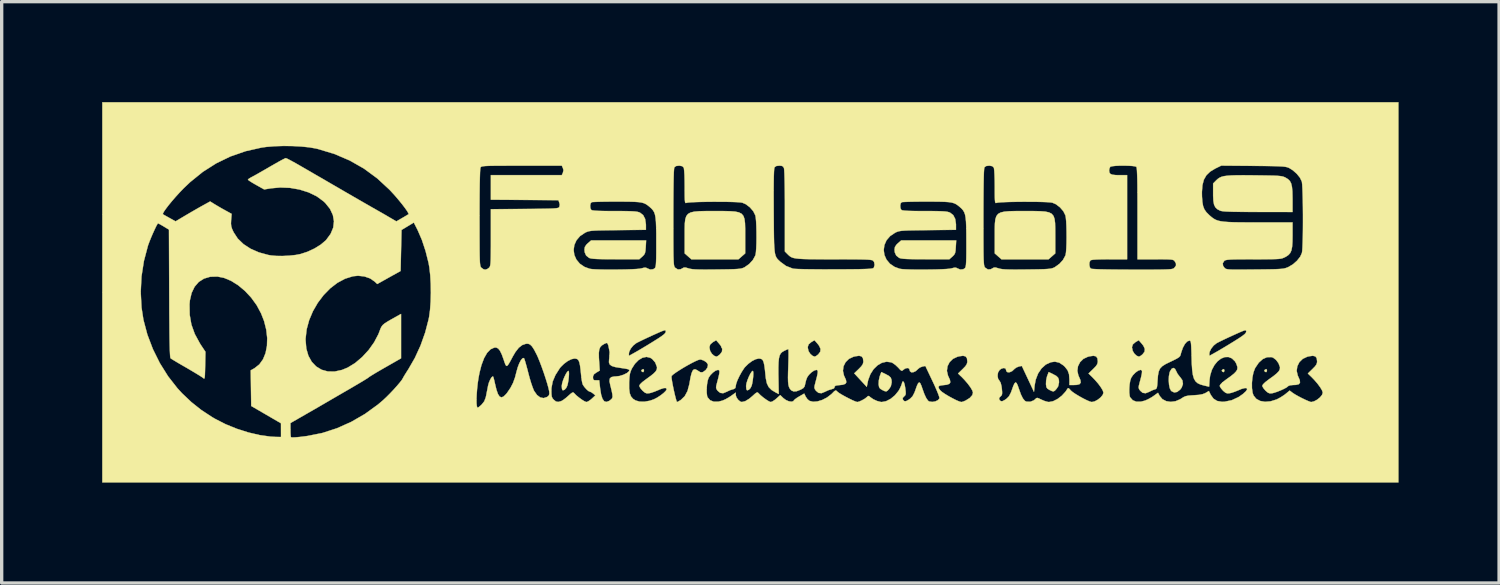
<source format=kicad_pcb>
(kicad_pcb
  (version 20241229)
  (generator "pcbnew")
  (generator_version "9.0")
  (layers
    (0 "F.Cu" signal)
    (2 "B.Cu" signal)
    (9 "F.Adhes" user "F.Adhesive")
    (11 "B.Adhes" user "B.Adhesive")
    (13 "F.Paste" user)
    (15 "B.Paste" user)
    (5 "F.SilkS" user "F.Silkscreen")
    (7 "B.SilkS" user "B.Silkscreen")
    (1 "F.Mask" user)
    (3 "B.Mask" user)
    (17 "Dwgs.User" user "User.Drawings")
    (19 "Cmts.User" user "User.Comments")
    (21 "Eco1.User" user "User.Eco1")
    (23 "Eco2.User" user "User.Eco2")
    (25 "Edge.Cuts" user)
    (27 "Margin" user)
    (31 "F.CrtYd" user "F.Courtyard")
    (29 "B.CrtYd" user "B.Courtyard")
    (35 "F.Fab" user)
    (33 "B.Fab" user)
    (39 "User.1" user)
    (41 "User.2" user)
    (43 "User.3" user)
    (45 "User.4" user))
  (footprint "Fablab19-40x12"
    (layer "F.Cu")
    (at 19.337 5.678)
    (property "Reference" "Fablab19-40x12" (at 11.43 5.08 0) (layer "F.SilkS") (effects (font (size 0.2 0.2) (thickness 0.05))))
    (attr through_hole)
    (fp_poly (pts (xy -3.163 2.317) (xy -3.165 2.354) (xy -3.187 2.382) (xy -3.217 2.371) (xy -3.244 2.341) (xy -3.225 2.31) (xy -3.184 2.29) (xy -3.163 2.317)) (stroke (width 0.01) (type solid)) (fill yes) (layer "F.SilkS"))
    (fp_poly (pts (xy 14.165 2.317) (xy 14.163 2.354) (xy 14.142 2.382) (xy 14.111 2.371) (xy 14.085 2.341) (xy 14.104 2.31) (xy 14.145 2.29) (xy 14.165 2.317)) (stroke (width 0.01) (type solid)) (fill yes) (layer "F.SilkS"))
    (fp_poly (pts (xy 15.435 2.317) (xy 15.433 2.354) (xy 15.412 2.382) (xy 15.381 2.371) (xy 15.355 2.341) (xy 15.374 2.31) (xy 15.415 2.29) (xy 15.435 2.317)) (stroke (width 0.01) (type solid)) (fill yes) (layer "F.SilkS"))
    (fp_poly (pts (xy 4.054 2.442) (xy 4.15 2.494) (xy 4.205 2.546) (xy 4.228 2.612) (xy 4.233 2.686) (xy 4.208 2.803) (xy 4.16 2.877) (xy 4.109 2.935) (xy 4.07 2.957) (xy 4.023 2.948) (xy 3.951 2.914) (xy 3.888 2.875) (xy 3.857 2.829) (xy 3.844 2.752) (xy 3.843 2.739) (xy 3.849 2.629) (xy 3.873 2.516) (xy 3.879 2.497) (xy 3.924 2.379) (xy 4.054 2.442)) (stroke (width 0.01) (type solid)) (fill yes) (layer "F.SilkS"))
    (fp_poly (pts (xy 9.049 2.442) (xy 9.146 2.494) (xy 9.2 2.546) (xy 9.224 2.612) (xy 9.228 2.686) (xy 9.204 2.803) (xy 9.156 2.877) (xy 9.104 2.935) (xy 9.065 2.957) (xy 9.018 2.948) (xy 8.946 2.914) (xy 8.883 2.875) (xy 8.852 2.829) (xy 8.84 2.752) (xy 8.839 2.739) (xy 8.844 2.629) (xy 8.868 2.516) (xy 8.875 2.497) (xy 8.92 2.379) (xy 9.049 2.442)) (stroke (width 0.01) (type solid)) (fill yes) (layer "F.SilkS"))
    (fp_poly (pts (xy -5.404 2.368) (xy -5.401 2.434) (xy -5.406 2.526) (xy -5.418 2.629) (xy -5.436 2.729) (xy -5.452 2.787) (xy -5.486 2.857) (xy -5.533 2.907) (xy -5.579 2.924) (xy -5.598 2.915) (xy -5.61 2.878) (xy -5.616 2.808) (xy -5.616 2.788) (xy -5.605 2.716) (xy -5.577 2.623) (xy -5.537 2.525) (xy -5.493 2.435) (xy -5.451 2.369) (xy -5.418 2.343) (xy -5.417 2.342) (xy -5.404 2.368)) (stroke (width 0.01) (type solid)) (fill yes) (layer "F.SilkS"))
    (fp_poly (pts (xy 0.099 2.368) (xy 0.102 2.434) (xy 0.097 2.526) (xy 0.085 2.629) (xy 0.067 2.729) (xy 0.052 2.787) (xy 0.018 2.857) (xy -0.03 2.907) (xy -0.075 2.924) (xy -0.095 2.915) (xy -0.107 2.878) (xy -0.113 2.808) (xy -0.113 2.788) (xy -0.102 2.716) (xy -0.073 2.623) (xy -0.034 2.525) (xy 0.01 2.435) (xy 0.052 2.369) (xy 0.085 2.343) (xy 0.086 2.342) (xy 0.099 2.368)) (stroke (width 0.01) (type solid)) (fill yes) (layer "F.SilkS"))
    (fp_poly (pts (xy 12.691 2.283) (xy 12.727 2.352) (xy 12.769 2.435) (xy 12.831 2.516) (xy 12.842 2.527) (xy 12.912 2.626) (xy 12.928 2.735) (xy 12.889 2.844) (xy 12.844 2.904) (xy 12.754 2.973) (xy 12.667 2.988) (xy 12.587 2.949) (xy 12.571 2.933) (xy 12.535 2.862) (xy 12.513 2.755) (xy 12.504 2.629) (xy 12.509 2.502) (xy 12.53 2.392) (xy 12.541 2.362) (xy 12.589 2.283) (xy 12.642 2.256) (xy 12.691 2.283)) (stroke (width 0.01) (type solid)) (fill yes) (layer "F.SilkS"))
    (fp_poly (pts (xy -3.109 -1.351) (xy -3.118 -1.243) (xy -3.132 -1.173) (xy -3.159 -1.123) (xy -3.204 -1.076) (xy -3.212 -1.069) (xy -3.303 -0.988) (xy -4.015 -0.989) (xy -4.245 -0.99) (xy -4.426 -0.992) (xy -4.563 -0.996) (xy -4.664 -1.002) (xy -4.735 -1.011) (xy -4.782 -1.022) (xy -4.804 -1.032) (xy -4.889 -1.1) (xy -4.931 -1.196) (xy -4.939 -1.279) (xy -4.927 -1.355) (xy -4.884 -1.421) (xy -4.839 -1.465) (xy -4.739 -1.552) (xy -3.098 -1.552) (xy -3.109 -1.351)) (stroke (width 0.01) (type solid)) (fill yes) (layer "F.SilkS"))
    (fp_poly (pts (xy 6.147 -1.351) (xy 6.139 -1.243) (xy 6.125 -1.173) (xy 6.098 -1.123) (xy 6.053 -1.076) (xy 6.045 -1.069) (xy 5.954 -0.988) (xy 5.242 -0.989) (xy 5.011 -0.99) (xy 4.831 -0.992) (xy 4.693 -0.996) (xy 4.593 -1.002) (xy 4.522 -1.011) (xy 4.475 -1.022) (xy 4.453 -1.032) (xy 4.368 -1.1) (xy 4.325 -1.196) (xy 4.318 -1.279) (xy 4.33 -1.355) (xy 4.373 -1.421) (xy 4.418 -1.465) (xy 4.518 -1.552) (xy 6.159 -1.552) (xy 6.147 -1.351)) (stroke (width 0.01) (type solid)) (fill yes) (layer "F.SilkS"))
    (fp_poly (pts (xy -1.044 -2.427) (xy -0.795 -2.427) (xy -0.596 -2.423) (xy -0.442 -2.412) (xy -0.328 -2.387) (xy -0.247 -2.346) (xy -0.193 -2.281) (xy -0.162 -2.191) (xy -0.146 -2.068) (xy -0.141 -1.909) (xy -0.141 -1.71) (xy -0.141 -1.69) (xy -0.141 -1.163) (xy -0.341 -0.988) (xy -1.748 -0.988) (xy -1.947 -1.163) (xy -1.947 -1.69) (xy -1.947 -1.893) (xy -1.943 -2.056) (xy -1.929 -2.181) (xy -1.899 -2.275) (xy -1.847 -2.341) (xy -1.769 -2.385) (xy -1.658 -2.41) (xy -1.507 -2.423) (xy -1.313 -2.427) (xy -1.068 -2.427) (xy -1.044 -2.427)) (stroke (width 0.01) (type solid)) (fill yes) (layer "F.SilkS"))
    (fp_poly (pts (xy 8.213 -2.427) (xy 8.462 -2.427) (xy 8.661 -2.423) (xy 8.814 -2.412) (xy 8.929 -2.387) (xy 9.01 -2.346) (xy 9.064 -2.281) (xy 9.095 -2.191) (xy 9.111 -2.068) (xy 9.115 -1.909) (xy 9.116 -1.71) (xy 9.116 -1.69) (xy 9.116 -1.163) (xy 8.916 -0.988) (xy 7.509 -0.988) (xy 7.31 -1.163) (xy 7.31 -1.69) (xy 7.31 -1.893) (xy 7.314 -2.056) (xy 7.328 -2.181) (xy 7.358 -2.275) (xy 7.409 -2.341) (xy 7.488 -2.385) (xy 7.599 -2.41) (xy 7.749 -2.423) (xy 7.944 -2.427) (xy 8.189 -2.427) (xy 8.213 -2.427)) (stroke (width 0.01) (type solid)) (fill yes) (layer "F.SilkS"))
    (fp_poly (pts (xy 14.989 -3.495) (xy 15.065 -3.494) (xy 15.302 -3.491) (xy 15.49 -3.488) (xy 15.635 -3.485) (xy 15.744 -3.48) (xy 15.825 -3.473) (xy 15.885 -3.464) (xy 15.93 -3.452) (xy 15.967 -3.437) (xy 15.988 -3.427) (xy 16.064 -3.38) (xy 16.12 -3.325) (xy 16.158 -3.252) (xy 16.182 -3.152) (xy 16.195 -3.015) (xy 16.199 -2.834) (xy 16.2 -2.787) (xy 16.2 -2.399) (xy 15.162 -2.4) (xy 14.875 -2.401) (xy 14.639 -2.403) (xy 14.449 -2.405) (xy 14.301 -2.41) (xy 14.191 -2.415) (xy 14.112 -2.423) (xy 14.06 -2.432) (xy 14.038 -2.439) (xy 13.953 -2.484) (xy 13.895 -2.541) (xy 13.857 -2.619) (xy 13.837 -2.73) (xy 13.829 -2.883) (xy 13.829 -2.942) (xy 13.829 -3.251) (xy 13.922 -3.345) (xy 13.969 -3.388) (xy 14.019 -3.422) (xy 14.077 -3.449) (xy 14.152 -3.469) (xy 14.249 -3.482) (xy 14.375 -3.491) (xy 14.536 -3.496) (xy 14.738 -3.497) (xy 14.989 -3.495)) (stroke (width 0.01) (type solid)) (fill yes) (layer "F.SilkS"))
    (fp_poly (pts (xy 19.36 5.673) (xy -19.332 5.673) (xy -19.332 -0.008) (xy -18.186 -0.008) (xy -18.162 0.451) (xy -18.105 0.82) (xy -17.988 1.26) (xy -17.823 1.694) (xy -17.615 2.113) (xy -17.369 2.506) (xy -17.09 2.863) (xy -16.954 3.011) (xy -16.672 3.278) (xy -16.38 3.51) (xy -16.056 3.723) (xy -15.96 3.779) (xy -15.65 3.937) (xy -15.315 4.073) (xy -14.97 4.183) (xy -14.63 4.262) (xy -14.307 4.307) (xy -14.161 4.315) (xy -13.998 4.318) (xy -13.999 3.909) (xy -14.01 3.902) (xy -13.716 3.902) (xy -13.716 4.105) (xy -13.714 4.207) (xy -13.709 4.285) (xy -13.702 4.323) (xy -13.701 4.324) (xy -13.661 4.331) (xy -13.568 4.328) (xy -13.425 4.315) (xy -13.235 4.291) (xy -13.208 4.287) (xy -12.766 4.199) (xy -12.328 4.057) (xy -11.9 3.866) (xy -11.49 3.629) (xy -11.104 3.349) (xy -10.952 3.22) (xy -10.92 3.19) (xy -8.162 3.19) (xy -8.161 3.311) (xy -8.152 3.397) (xy -8.135 3.44) (xy -8.127 3.443) (xy -8.094 3.425) (xy -8.038 3.378) (xy -8.004 3.346) (xy -7.932 3.255) (xy -7.889 3.146) (xy -7.876 3.092) (xy -7.852 2.968) (xy -7.826 2.837) (xy -7.817 2.787) (xy -7.792 2.696) (xy -7.756 2.611) (xy -7.718 2.545) (xy -7.683 2.511) (xy -7.666 2.513) (xy -7.654 2.546) (xy -7.634 2.619) (xy -7.612 2.717) (xy -7.61 2.726) (xy -7.566 2.908) (xy -7.521 3.036) (xy -7.471 3.111) (xy -7.415 3.135) (xy -7.351 3.108) (xy -7.276 3.034) (xy -7.248 2.999) (xy -7.147 2.851) (xy -7.071 2.704) (xy -7.011 2.538) (xy -6.968 2.37) (xy -6.93 2.235) (xy -6.885 2.118) (xy -6.837 2.027) (xy -6.792 1.972) (xy -6.753 1.96) (xy -6.743 1.967) (xy -6.729 2.001) (xy -6.704 2.08) (xy -6.672 2.193) (xy -6.635 2.33) (xy -6.618 2.399) (xy -6.576 2.556) (xy -6.531 2.706) (xy -6.487 2.834) (xy -6.45 2.926) (xy -6.441 2.944) (xy -6.355 3.065) (xy -6.259 3.137) (xy -6.158 3.157) (xy -6.057 3.124) (xy -6.043 3.115) (xy -6.001 3.076) (xy -5.987 3.026) (xy -5.992 2.952) (xy -5.997 2.929) (xy -5.927 2.929) (xy -5.924 3.041) (xy -5.915 3.113) (xy -5.893 3.162) (xy -5.857 3.205) (xy -5.79 3.258) (xy -5.723 3.271) (xy -5.633 3.247) (xy -5.631 3.246) (xy -5.572 3.212) (xy -5.493 3.152) (xy -5.422 3.09) (xy -5.347 3.023) (xy -5.301 2.991) (xy -5.272 2.987) (xy -5.248 3.008) (xy -5.246 3.01) (xy -5.186 3.072) (xy -5.104 3.139) (xy -5.017 3.203) (xy -4.939 3.251) (xy -4.885 3.273) (xy -4.879 3.274) (xy -4.828 3.255) (xy -4.759 3.208) (xy -4.72 3.175) (xy -4.614 3.076) (xy -4.681 3.019) (xy -4.739 2.979) (xy -4.782 2.963) (xy -4.824 2.943) (xy -4.882 2.891) (xy -4.942 2.823) (xy -4.987 2.756) (xy -4.989 2.752) (xy -5.006 2.696) (xy -5.023 2.603) (xy -5.031 2.539) (xy -4.685 2.539) (xy -4.679 2.598) (xy -4.649 2.621) (xy -4.592 2.625) (xy -4.499 2.625) (xy -4.47 2.876) (xy -4.441 3.055) (xy -4.401 3.179) (xy -4.349 3.251) (xy -4.284 3.271) (xy -4.204 3.242) (xy -4.165 3.214) (xy -4.116 3.168) (xy -4.1 3.12) (xy -4.106 3.043) (xy -4.107 3.037) (xy -4.126 2.939) (xy -4.154 2.823) (xy -4.167 2.774) (xy -4.183 2.695) (xy -3.605 2.695) (xy -3.605 2.874) (xy -3.588 3.008) (xy -3.55 3.107) (xy -3.488 3.179) (xy -3.415 3.226) (xy -3.296 3.261) (xy -3.148 3.264) (xy -2.987 3.235) (xy -2.864 3.192) (xy -2.764 3.14) (xy -2.664 3.074) (xy -2.576 3.005) (xy -2.512 2.942) (xy -2.484 2.895) (xy -2.484 2.891) (xy -2.505 2.857) (xy -2.569 2.857) (xy -2.677 2.892) (xy -2.747 2.923) (xy -2.852 2.965) (xy -2.953 2.999) (xy -3.006 3.011) (xy -3.076 3.016) (xy -3.131 2.996) (xy -3.195 2.943) (xy -3.205 2.934) (xy -3.263 2.867) (xy -3.297 2.808) (xy -3.302 2.788) (xy -3.279 2.745) (xy -3.214 2.681) (xy -3.114 2.605) (xy -3.112 2.603) (xy -2.98 2.507) (xy -2.342 2.507) (xy -2.337 2.571) (xy -2.322 2.667) (xy -2.3 2.785) (xy -2.274 2.912) (xy -2.246 3.036) (xy -2.219 3.145) (xy -2.196 3.227) (xy -2.179 3.27) (xy -2.175 3.274) (xy -2.14 3.259) (xy -2.079 3.223) (xy -2.058 3.209) (xy -1.945 3.099) (xy -1.861 2.942) (xy -1.844 2.876) (xy -1.29 2.876) (xy -1.289 2.998) (xy -1.277 3.095) (xy -1.264 3.132) (xy -1.188 3.22) (xy -1.079 3.264) (xy -0.942 3.263) (xy -0.818 3.231) (xy -0.725 3.19) (xy -0.619 3.129) (xy -0.561 3.09) (xy -0.423 2.992) (xy -0.423 3.063) (xy -0.403 3.132) (xy -0.354 3.203) (xy -0.293 3.256) (xy -0.243 3.274) (xy -0.139 3.249) (xy -0.017 3.174) (xy 0.082 3.09) (xy 0.156 3.023) (xy 0.202 2.991) (xy 0.231 2.987) (xy 0.256 3.008) (xy 0.257 3.01) (xy 0.318 3.071) (xy 0.399 3.139) (xy 0.486 3.202) (xy 0.564 3.251) (xy 0.618 3.273) (xy 0.623 3.274) (xy 0.674 3.256) (xy 0.745 3.209) (xy 0.791 3.171) (xy 0.906 3.067) (xy 0.999 3.158) (xy 1.077 3.215) (xy 1.162 3.252) (xy 1.24 3.264) (xy 1.295 3.249) (xy 1.309 3.23) (xy 1.34 3.196) (xy 1.405 3.148) (xy 1.473 3.107) (xy 1.622 3.021) (xy 1.665 3.112) (xy 1.715 3.185) (xy 1.776 3.238) (xy 1.778 3.239) (xy 1.885 3.266) (xy 2.016 3.256) (xy 2.16 3.212) (xy 2.302 3.139) (xy 2.43 3.041) (xy 2.456 3.016) (xy 2.517 2.954) (xy 2.554 2.929) (xy 2.581 2.934) (xy 2.612 2.965) (xy 2.658 3.001) (xy 2.74 3.052) (xy 2.844 3.11) (xy 2.956 3.168) (xy 3.062 3.22) (xy 3.149 3.257) (xy 3.203 3.274) (xy 3.207 3.274) (xy 3.267 3.259) (xy 3.349 3.221) (xy 3.432 3.174) (xy 3.491 3.127) (xy 3.499 3.12) (xy 3.53 3.092) (xy 3.562 3.101) (xy 3.596 3.13) (xy 3.685 3.192) (xy 3.797 3.243) (xy 3.905 3.271) (xy 3.937 3.274) (xy 4.067 3.249) (xy 4.202 3.179) (xy 4.328 3.075) (xy 4.435 2.945) (xy 4.475 2.875) (xy 4.514 2.79) (xy 4.539 2.72) (xy 4.544 2.694) (xy 4.561 2.66) (xy 4.579 2.66) (xy 4.601 2.692) (xy 4.623 2.767) (xy 4.639 2.865) (xy 4.651 2.968) (xy 4.652 3.032) (xy 4.639 3.071) (xy 4.611 3.101) (xy 4.603 3.108) (xy 4.562 3.151) (xy 4.564 3.191) (xy 4.576 3.213) (xy 4.611 3.248) (xy 4.659 3.249) (xy 4.729 3.213) (xy 4.788 3.171) (xy 4.857 3.1) (xy 4.913 2.992) (xy 4.937 2.928) (xy 4.984 2.795) (xy 5.022 2.715) (xy 5.054 2.687) (xy 5.085 2.711) (xy 5.119 2.786) (xy 5.151 2.879) (xy 5.208 3.037) (xy 5.265 3.158) (xy 5.319 3.234) (xy 5.349 3.256) (xy 5.442 3.271) (xy 5.538 3.255) (xy 5.618 3.215) (xy 5.659 3.164) (xy 5.653 3.123) (xy 5.624 3.039) (xy 5.575 2.919) (xy 5.531 2.819) (xy 5.628 2.819) (xy 5.645 2.874) (xy 5.688 2.931) (xy 5.74 2.976) (xy 5.827 3.035) (xy 5.936 3.101) (xy 6.052 3.164) (xy 6.162 3.22) (xy 6.253 3.258) (xy 6.311 3.274) (xy 6.312 3.274) (xy 6.364 3.262) (xy 6.435 3.232) (xy 6.443 3.228) (xy 6.564 3.152) (xy 6.638 3.07) (xy 6.66 2.996) (xy 6.641 2.931) (xy 6.587 2.838) (xy 6.506 2.728) (xy 6.406 2.612) (xy 6.327 2.53) (xy 6.283 2.488) (xy 7.393 2.488) (xy 7.41 2.581) (xy 7.448 2.636) (xy 7.486 2.698) (xy 7.512 2.805) (xy 7.521 2.872) (xy 7.53 2.975) (xy 7.528 3.037) (xy 7.513 3.077) (xy 7.481 3.108) (xy 7.481 3.109) (xy 7.44 3.152) (xy 7.443 3.192) (xy 7.454 3.213) (xy 7.49 3.248) (xy 7.537 3.249) (xy 7.608 3.213) (xy 7.667 3.171) (xy 7.736 3.1) (xy 7.792 2.992) (xy 7.816 2.928) (xy 7.863 2.795) (xy 7.901 2.715) (xy 7.933 2.687) (xy 7.964 2.711) (xy 7.998 2.786) (xy 8.03 2.879) (xy 8.092 3.05) (xy 8.151 3.169) (xy 8.211 3.24) (xy 8.255 3.262) (xy 8.372 3.266) (xy 8.478 3.223) (xy 8.517 3.19) (xy 8.548 3.159) (xy 8.579 3.15) (xy 8.625 3.165) (xy 8.705 3.204) (xy 8.706 3.204) (xy 8.801 3.244) (xy 8.89 3.269) (xy 8.928 3.274) (xy 9.051 3.25) (xy 9.184 3.183) (xy 9.312 3.085) (xy 9.423 2.964) (xy 9.472 2.891) (xy 9.494 2.86) (xy 9.518 2.862) (xy 9.558 2.902) (xy 9.579 2.928) (xy 9.633 2.974) (xy 9.721 3.034) (xy 9.83 3.1) (xy 9.947 3.165) (xy 10.057 3.22) (xy 10.148 3.259) (xy 10.206 3.274) (xy 10.207 3.274) (xy 10.292 3.255) (xy 10.385 3.205) (xy 10.47 3.137) (xy 10.532 3.063) (xy 10.555 2.996) (xy 10.535 2.931) (xy 10.504 2.876) (xy 11.325 2.876) (xy 11.326 2.998) (xy 11.338 3.095) (xy 11.351 3.132) (xy 11.428 3.22) (xy 11.536 3.264) (xy 11.673 3.263) (xy 11.797 3.231) (xy 11.891 3.189) (xy 11.998 3.129) (xy 12.05 3.094) (xy 12.183 2.998) (xy 12.233 3.092) (xy 12.315 3.189) (xy 12.429 3.248) (xy 12.563 3.269) (xy 12.707 3.25) (xy 12.848 3.19) (xy 12.886 3.165) (xy 12.95 3.125) (xy 13.012 3.099) (xy 13.091 3.083) (xy 13.203 3.074) (xy 13.255 3.071) (xy 13.404 3.06) (xy 13.511 3.04) (xy 13.591 3.01) (xy 13.605 3.002) (xy 13.702 2.945) (xy 13.758 3.06) (xy 13.839 3.173) (xy 13.949 3.242) (xy 14.092 3.267) (xy 14.171 3.264) (xy 14.385 3.22) (xy 14.593 3.123) (xy 14.723 3.031) (xy 14.809 2.951) (xy 14.845 2.893) (xy 14.835 2.861) (xy 14.781 2.856) (xy 14.685 2.88) (xy 14.581 2.923) (xy 14.477 2.965) (xy 14.376 2.999) (xy 14.322 3.011) (xy 14.253 3.016) (xy 14.198 2.996) (xy 14.133 2.943) (xy 14.124 2.934) (xy 14.066 2.867) (xy 14.031 2.808) (xy 14.026 2.788) (xy 14.05 2.745) (xy 14.095 2.7) (xy 14.987 2.7) (xy 14.988 2.857) (xy 15.006 2.993) (xy 15.034 3.076) (xy 15.116 3.178) (xy 15.234 3.242) (xy 15.379 3.267) (xy 15.544 3.253) (xy 15.721 3.198) (xy 15.735 3.192) (xy 15.84 3.136) (xy 15.951 3.064) (xy 15.992 3.032) (xy 16.114 2.932) (xy 16.206 3.002) (xy 16.274 3.046) (xy 16.369 3.1) (xy 16.478 3.157) (xy 16.586 3.209) (xy 16.679 3.249) (xy 16.743 3.272) (xy 16.758 3.274) (xy 16.841 3.254) (xy 16.933 3.205) (xy 17.018 3.137) (xy 17.079 3.063) (xy 17.103 2.996) (xy 17.083 2.931) (xy 17.029 2.838) (xy 16.948 2.728) (xy 16.848 2.612) (xy 16.769 2.53) (xy 16.657 2.422) (xy 16.795 2.288) (xy 16.873 2.208) (xy 16.916 2.146) (xy 16.932 2.087) (xy 16.933 2.057) (xy 16.921 1.964) (xy 16.88 1.911) (xy 16.805 1.893) (xy 16.69 1.909) (xy 16.637 1.922) (xy 16.504 1.985) (xy 16.403 2.084) (xy 16.342 2.207) (xy 16.323 2.343) (xy 16.354 2.48) (xy 16.366 2.507) (xy 16.415 2.619) (xy 16.423 2.695) (xy 16.387 2.741) (xy 16.304 2.762) (xy 16.213 2.766) (xy 16.129 2.774) (xy 16.075 2.794) (xy 16.067 2.802) (xy 16.027 2.835) (xy 15.949 2.878) (xy 15.849 2.924) (xy 15.742 2.967) (xy 15.644 2.999) (xy 15.59 3.012) (xy 15.522 3.016) (xy 15.466 2.995) (xy 15.401 2.941) (xy 15.394 2.934) (xy 15.336 2.867) (xy 15.301 2.808) (xy 15.296 2.788) (xy 15.32 2.745) (xy 15.385 2.681) (xy 15.484 2.605) (xy 15.486 2.603) (xy 15.627 2.502) (xy 15.725 2.422) (xy 15.787 2.358) (xy 15.818 2.304) (xy 15.825 2.251) (xy 15.822 2.224) (xy 15.779 2.112) (xy 15.707 2.015) (xy 15.62 1.949) (xy 15.571 1.933) (xy 15.439 1.935) (xy 15.312 1.991) (xy 15.193 2.097) (xy 15.089 2.25) (xy 15.077 2.272) (xy 15.033 2.39) (xy 15.002 2.539) (xy 14.987 2.7) (xy 14.095 2.7) (xy 14.115 2.681) (xy 14.214 2.605) (xy 14.216 2.603) (xy 14.357 2.502) (xy 14.455 2.423) (xy 14.516 2.359) (xy 14.548 2.304) (xy 14.555 2.251) (xy 14.552 2.221) (xy 14.522 2.132) (xy 14.482 2.06) (xy 14.389 1.97) (xy 14.285 1.929) (xy 14.174 1.933) (xy 14.064 1.978) (xy 13.959 2.059) (xy 13.867 2.172) (xy 13.792 2.312) (xy 13.741 2.476) (xy 13.722 2.614) (xy 13.709 2.816) (xy 13.556 2.78) (xy 13.449 2.75) (xy 13.365 2.71) (xy 13.302 2.653) (xy 13.256 2.573) (xy 13.224 2.462) (xy 13.204 2.315) (xy 13.191 2.123) (xy 13.186 1.94) (xy 13.183 1.827) (xy 13.716 1.827) (xy 13.716 1.896) (xy 13.906 1.79) (xy 14.002 1.735) (xy 14.13 1.659) (xy 14.275 1.572) (xy 14.423 1.481) (xy 14.457 1.46) (xy 14.6 1.37) (xy 14.701 1.301) (xy 14.766 1.251) (xy 14.802 1.212) (xy 14.816 1.179) (xy 14.817 1.17) (xy 14.815 1.146) (xy 14.803 1.133) (xy 14.775 1.134) (xy 14.722 1.151) (xy 14.638 1.186) (xy 14.514 1.241) (xy 14.421 1.283) (xy 14.275 1.35) (xy 14.141 1.413) (xy 14.03 1.467) (xy 13.954 1.506) (xy 13.934 1.516) (xy 13.845 1.587) (xy 13.771 1.68) (xy 13.725 1.775) (xy 13.716 1.827) (xy 13.183 1.827) (xy 13.181 1.76) (xy 13.176 1.629) (xy 13.17 1.54) (xy 13.162 1.483) (xy 13.151 1.453) (xy 13.135 1.441) (xy 13.123 1.439) (xy 13.054 1.466) (xy 12.986 1.541) (xy 12.924 1.656) (xy 12.873 1.804) (xy 12.858 1.865) (xy 12.842 1.902) (xy 12.806 1.939) (xy 12.74 1.98) (xy 12.635 2.033) (xy 12.561 2.068) (xy 12.414 2.139) (xy 12.311 2.204) (xy 12.244 2.274) (xy 12.204 2.363) (xy 12.182 2.482) (xy 12.17 2.631) (xy 12.162 2.75) (xy 12.153 2.825) (xy 12.139 2.866) (xy 12.116 2.887) (xy 12.083 2.898) (xy 12.008 2.925) (xy 11.925 2.967) (xy 11.919 2.97) (xy 11.814 3.011) (xy 11.726 2.999) (xy 11.65 2.934) (xy 11.648 2.93) (xy 11.618 2.887) (xy 11.606 2.847) (xy 11.61 2.795) (xy 11.631 2.711) (xy 11.64 2.676) (xy 11.679 2.528) (xy 11.701 2.425) (xy 11.707 2.361) (xy 11.697 2.327) (xy 11.67 2.315) (xy 11.661 2.314) (xy 11.593 2.336) (xy 11.512 2.393) (xy 11.436 2.471) (xy 11.384 2.548) (xy 11.355 2.632) (xy 11.335 2.748) (xy 11.325 2.876) (xy 10.504 2.876) (xy 10.481 2.838) (xy 10.401 2.728) (xy 10.3 2.612) (xy 10.221 2.53) (xy 10.11 2.422) (xy 10.248 2.288) (xy 10.326 2.208) (xy 10.368 2.146) (xy 10.384 2.087) (xy 10.386 2.057) (xy 10.373 1.964) (xy 10.333 1.911) (xy 10.258 1.893) (xy 10.143 1.909) (xy 10.09 1.922) (xy 9.956 1.985) (xy 9.856 2.084) (xy 9.794 2.207) (xy 9.776 2.343) (xy 9.806 2.48) (xy 9.819 2.507) (xy 9.867 2.619) (xy 9.876 2.695) (xy 9.84 2.741) (xy 9.756 2.762) (xy 9.664 2.766) (xy 9.539 2.766) (xy 9.539 2.595) (xy 9.527 2.444) (xy 9.484 2.325) (xy 9.403 2.221) (xy 9.359 2.18) (xy 9.235 2.098) (xy 9.106 2.069) (xy 8.984 2.086) (xy 8.835 2.154) (xy 8.706 2.27) (xy 8.603 2.423) (xy 8.532 2.608) (xy 8.5 2.78) (xy 8.481 2.969) (xy 8.118 2.196) (xy 8.031 2.213) (xy 7.955 2.243) (xy 7.902 2.283) (xy 7.832 2.349) (xy 7.759 2.383) (xy 7.697 2.386) (xy 7.656 2.354) (xy 7.648 2.315) (xy 7.628 2.27) (xy 7.576 2.258) (xy 7.509 2.278) (xy 7.456 2.315) (xy 7.408 2.392) (xy 7.393 2.488) (xy 6.283 2.488) (xy 6.215 2.422) (xy 6.353 2.288) (xy 6.431 2.208) (xy 6.473 2.146) (xy 6.49 2.087) (xy 6.491 2.057) (xy 6.479 1.964) (xy 6.438 1.911) (xy 6.363 1.893) (xy 6.248 1.909) (xy 6.195 1.922) (xy 6.062 1.985) (xy 5.961 2.084) (xy 5.899 2.207) (xy 5.881 2.343) (xy 5.912 2.48) (xy 5.924 2.507) (xy 5.972 2.613) (xy 5.983 2.686) (xy 5.953 2.731) (xy 5.877 2.758) (xy 5.749 2.772) (xy 5.745 2.772) (xy 5.661 2.787) (xy 5.628 2.819) (xy 5.531 2.819) (xy 5.509 2.769) (xy 5.457 2.658) (xy 5.238 2.197) (xy 5.152 2.214) (xy 5.076 2.243) (xy 5.024 2.283) (xy 4.953 2.349) (xy 4.881 2.383) (xy 4.818 2.386) (xy 4.778 2.354) (xy 4.77 2.315) (xy 4.749 2.271) (xy 4.697 2.257) (xy 4.631 2.276) (xy 4.584 2.31) (xy 4.551 2.337) (xy 4.523 2.339) (xy 4.486 2.31) (xy 4.426 2.244) (xy 4.423 2.241) (xy 4.345 2.167) (xy 4.261 2.108) (xy 4.218 2.088) (xy 4.08 2.07) (xy 3.941 2.102) (xy 3.81 2.178) (xy 3.693 2.292) (xy 3.599 2.438) (xy 3.533 2.611) (xy 3.522 2.658) (xy 3.489 2.821) (xy 3.115 2.417) (xy 3.251 2.286) (xy 3.328 2.206) (xy 3.37 2.144) (xy 3.386 2.084) (xy 3.387 2.057) (xy 3.374 1.964) (xy 3.334 1.911) (xy 3.259 1.893) (xy 3.144 1.909) (xy 3.091 1.922) (xy 2.957 1.985) (xy 2.857 2.084) (xy 2.795 2.207) (xy 2.777 2.343) (xy 2.807 2.48) (xy 2.82 2.507) (xy 2.867 2.613) (xy 2.879 2.685) (xy 2.849 2.731) (xy 2.773 2.758) (xy 2.646 2.772) (xy 2.639 2.772) (xy 2.563 2.784) (xy 2.532 2.808) (xy 2.529 2.827) (xy 2.509 2.867) (xy 2.437 2.892) (xy 2.346 2.919) (xy 2.252 2.962) (xy 2.244 2.967) (xy 2.138 3.01) (xy 2.05 3.001) (xy 1.975 2.94) (xy 1.967 2.93) (xy 1.938 2.887) (xy 1.926 2.847) (xy 1.93 2.795) (xy 1.951 2.711) (xy 1.96 2.676) (xy 1.999 2.528) (xy 2.021 2.425) (xy 2.027 2.361) (xy 2.016 2.327) (xy 1.99 2.315) (xy 1.981 2.314) (xy 1.914 2.336) (xy 1.835 2.39) (xy 1.76 2.464) (xy 1.71 2.536) (xy 1.68 2.613) (xy 1.656 2.709) (xy 1.652 2.729) (xy 1.633 2.807) (xy 1.597 2.856) (xy 1.526 2.899) (xy 1.513 2.905) (xy 1.394 2.952) (xy 1.305 2.958) (xy 1.237 2.926) (xy 1.227 2.917) (xy 1.192 2.875) (xy 1.167 2.825) (xy 1.15 2.759) (xy 1.14 2.667) (xy 1.137 2.543) (xy 1.14 2.377) (xy 1.146 2.21) (xy 1.151 2.046) (xy 1.154 1.904) (xy 1.154 1.792) (xy 1.151 1.719) (xy 1.146 1.693) (xy 1.111 1.705) (xy 1.046 1.735) (xy 1.016 1.75) (xy 0.96 1.784) (xy 0.918 1.827) (xy 0.887 1.887) (xy 0.867 1.97) (xy 0.855 2.085) (xy 0.85 2.238) (xy 0.85 2.437) (xy 0.852 2.536) (xy 0.861 3.035) (xy 0.766 2.986) (xy 0.644 2.912) (xy 0.56 2.826) (xy 0.507 2.716) (xy 0.476 2.569) (xy 0.468 2.498) (xy 0.449 2.313) (xy 0.431 2.178) (xy 0.41 2.084) (xy 0.384 2.024) (xy 0.348 1.991) (xy 0.301 1.978) (xy 0.258 1.976) (xy 0.169 1.997) (xy 0.062 2.052) (xy -0.047 2.133) (xy -0.143 2.227) (xy -0.172 2.263) (xy -0.245 2.375) (xy -0.314 2.5) (xy -0.372 2.623) (xy -0.41 2.729) (xy -0.423 2.799) (xy -0.434 2.855) (xy -0.478 2.885) (xy -0.511 2.894) (xy -0.598 2.922) (xy -0.688 2.965) (xy -0.694 2.968) (xy -0.799 3.011) (xy -0.887 3) (xy -0.963 2.937) (xy -0.968 2.93) (xy -0.997 2.887) (xy -1.009 2.847) (xy -1.005 2.795) (xy -0.984 2.711) (xy -0.975 2.676) (xy -0.936 2.528) (xy -0.914 2.425) (xy -0.908 2.361) (xy -0.919 2.327) (xy -0.945 2.315) (xy -0.954 2.314) (xy -1.023 2.336) (xy -1.103 2.393) (xy -1.18 2.471) (xy -1.232 2.548) (xy -1.26 2.632) (xy -1.28 2.748) (xy -1.29 2.876) (xy -1.844 2.876) (xy -1.807 2.737) (xy -1.805 2.724) (xy -1.774 2.546) (xy -1.743 2.419) (xy -1.71 2.339) (xy -1.671 2.3) (xy -1.624 2.299) (xy -1.564 2.33) (xy -1.544 2.344) (xy -1.478 2.384) (xy -1.425 2.386) (xy -1.395 2.375) (xy -1.32 2.32) (xy -1.268 2.245) (xy -1.252 2.168) (xy -1.256 2.146) (xy -1.297 2.089) (xy -1.371 2.038) (xy -1.454 2.007) (xy -1.487 2.004) (xy -1.541 2.018) (xy -1.629 2.056) (xy -1.739 2.111) (xy -1.863 2.179) (xy -1.991 2.253) (xy -2.112 2.328) (xy -2.217 2.397) (xy -2.295 2.455) (xy -2.338 2.496) (xy -2.342 2.507) (xy -2.98 2.507) (xy -2.972 2.502) (xy -2.874 2.423) (xy -2.812 2.359) (xy -2.781 2.304) (xy -2.773 2.251) (xy -2.777 2.221) (xy -2.827 2.092) (xy -2.916 1.99) (xy -2.975 1.952) (xy -3.087 1.926) (xy -3.206 1.951) (xy -3.324 2.021) (xy -3.433 2.132) (xy -3.521 2.269) (xy -3.557 2.349) (xy -3.581 2.428) (xy -3.595 2.525) (xy -3.604 2.656) (xy -3.605 2.695) (xy -4.183 2.695) (xy -4.192 2.654) (xy -4.183 2.575) (xy -4.137 2.53) (xy -4.049 2.512) (xy -4.014 2.511) (xy -3.893 2.497) (xy -3.772 2.459) (xy -3.669 2.407) (xy -3.618 2.364) (xy -3.599 2.333) (xy -3.605 2.31) (xy -3.645 2.292) (xy -3.724 2.276) (xy -3.852 2.257) (xy -3.871 2.254) (xy -4.023 2.229) (xy -4.125 2.197) (xy -4.184 2.152) (xy -4.208 2.089) (xy -4.203 2.001) (xy -4.2 1.981) (xy -4.19 1.827) (xy -3.612 1.827) (xy -3.612 1.896) (xy -3.422 1.79) (xy -3.326 1.735) (xy -3.198 1.659) (xy -3.163 1.638) (xy -1.21 1.638) (xy -1.187 1.746) (xy -1.184 1.754) (xy -1.135 1.833) (xy -1.068 1.893) (xy -1.003 1.919) (xy -1 1.919) (xy -0.959 1.901) (xy -0.902 1.858) (xy -0.893 1.85) (xy -0.834 1.771) (xy -0.826 1.687) (xy -0.849 1.638) (xy 1.725 1.638) (xy 1.748 1.746) (xy 1.751 1.754) (xy 1.8 1.833) (xy 1.867 1.893) (xy 1.932 1.919) (xy 1.935 1.919) (xy 1.976 1.901) (xy 2.033 1.858) (xy 2.042 1.85) (xy 2.101 1.771) (xy 2.109 1.687) (xy 2.087 1.638) (xy 11.405 1.638) (xy 11.428 1.746) (xy 11.432 1.754) (xy 11.481 1.833) (xy 11.547 1.893) (xy 11.613 1.919) (xy 11.616 1.919) (xy 11.656 1.901) (xy 11.713 1.858) (xy 11.722 1.85) (xy 11.782 1.771) (xy 11.79 1.687) (xy 11.746 1.592) (xy 11.703 1.537) (xy 11.609 1.429) (xy 11.512 1.485) (xy 11.433 1.553) (xy 11.405 1.638) (xy 2.087 1.638) (xy 2.065 1.592) (xy 2.023 1.537) (xy 1.929 1.429) (xy 1.832 1.485) (xy 1.753 1.553) (xy 1.725 1.638) (xy -0.849 1.638) (xy -0.87 1.592) (xy -0.913 1.537) (xy -1.007 1.429) (xy -1.103 1.485) (xy -1.183 1.553) (xy -1.21 1.638) (xy -3.163 1.638) (xy -3.053 1.572) (xy -2.905 1.481) (xy -2.872 1.46) (xy -2.728 1.37) (xy -2.627 1.301) (xy -2.562 1.251) (xy -2.526 1.212) (xy -2.512 1.179) (xy -2.512 1.17) (xy -2.514 1.146) (xy -2.525 1.133) (xy -2.554 1.134) (xy -2.606 1.151) (xy -2.691 1.186) (xy -2.814 1.241) (xy -2.908 1.283) (xy -3.053 1.35) (xy -3.187 1.413) (xy -3.298 1.467) (xy -3.375 1.506) (xy -3.394 1.516) (xy -3.483 1.587) (xy -3.558 1.68) (xy -3.604 1.775) (xy -3.612 1.827) (xy -4.19 1.827) (xy -4.187 1.784) (xy -4.224 1.593) (xy -4.233 1.567) (xy -4.255 1.519) (xy -4.283 1.51) (xy -4.338 1.534) (xy -4.346 1.538) (xy -4.419 1.583) (xy -4.469 1.636) (xy -4.498 1.707) (xy -4.51 1.808) (xy -4.508 1.949) (xy -4.503 2.028) (xy -4.483 2.334) (xy -4.584 2.394) (xy -4.653 2.444) (xy -4.681 2.498) (xy -4.685 2.539) (xy -5.031 2.539) (xy -5.036 2.498) (xy -5.054 2.313) (xy -5.072 2.178) (xy -5.093 2.084) (xy -5.12 2.024) (xy -5.155 1.991) (xy -5.203 1.978) (xy -5.246 1.976) (xy -5.334 1.997) (xy -5.441 2.052) (xy -5.55 2.133) (xy -5.646 2.227) (xy -5.675 2.263) (xy -5.805 2.467) (xy -5.887 2.66) (xy -5.924 2.854) (xy -5.927 2.929) (xy -5.997 2.929) (xy -6.012 2.86) (xy -6.048 2.728) (xy -6.097 2.57) (xy -6.154 2.398) (xy -6.215 2.226) (xy -6.276 2.065) (xy -6.332 1.928) (xy -6.366 1.855) (xy -6.441 1.711) (xy -6.504 1.614) (xy -6.562 1.557) (xy -6.621 1.533) (xy -6.684 1.534) (xy -6.797 1.573) (xy -6.9 1.653) (xy -7 1.781) (xy -7.075 1.908) (xy -7.15 2.049) (xy -7.204 2.142) (xy -7.242 2.19) (xy -7.271 2.196) (xy -7.296 2.162) (xy -7.324 2.089) (xy -7.35 2.01) (xy -7.408 1.85) (xy -7.462 1.741) (xy -7.516 1.675) (xy -7.574 1.647) (xy -7.63 1.649) (xy -7.743 1.7) (xy -7.845 1.805) (xy -7.935 1.962) (xy -8.014 2.171) (xy -8.072 2.396) (xy -8.101 2.549) (xy -8.126 2.715) (xy -8.144 2.883) (xy -8.156 3.044) (xy -8.162 3.19) (xy -10.92 3.19) (xy -10.853 3.127) (xy -10.745 3.019) (xy -10.635 2.903) (xy -10.534 2.79) (xy -10.449 2.69) (xy -10.388 2.611) (xy -10.363 2.568) (xy -10.341 2.527) (xy -10.296 2.452) (xy -10.235 2.355) (xy -10.195 2.293) (xy -10.002 1.958) (xy -9.832 1.587) (xy -9.694 1.199) (xy -9.593 0.812) (xy -9.577 0.734) (xy -9.549 0.525) (xy -9.531 0.28) (xy -9.524 0.015) (xy -9.528 -0.255) (xy -9.543 -0.513) (xy -9.569 -0.743) (xy -9.592 -0.875) (xy -9.683 -1.237) (xy -9.793 -1.569) (xy -9.919 -1.86) (xy -9.926 -1.874) (xy -10.033 -2.084) (xy -10.216 -1.974) (xy -10.4 -1.863) (xy -10.414 -1.251) (xy -10.428 -0.638) (xy -10.777 -0.444) (xy -11.125 -0.249) (xy -11.2 -0.321) (xy -11.339 -0.417) (xy -11.51 -0.476) (xy -11.698 -0.496) (xy -11.85 -0.481) (xy -12.085 -0.408) (xy -12.313 -0.286) (xy -12.528 -0.121) (xy -12.725 0.08) (xy -12.899 0.31) (xy -13.045 0.562) (xy -13.158 0.829) (xy -13.233 1.105) (xy -13.264 1.382) (xy -13.264 1.427) (xy -13.243 1.678) (xy -13.18 1.894) (xy -13.08 2.074) (xy -12.947 2.213) (xy -12.787 2.31) (xy -12.602 2.361) (xy -12.398 2.364) (xy -12.178 2.316) (xy -12.006 2.245) (xy -11.787 2.111) (xy -11.576 1.932) (xy -11.382 1.722) (xy -11.218 1.491) (xy -11.092 1.252) (xy -11.057 1.163) (xy -11.029 1.086) (xy -11 1.027) (xy -10.962 0.977) (xy -10.907 0.929) (xy -10.825 0.876) (xy -10.708 0.808) (xy -10.604 0.75) (xy -10.414 0.644) (xy -10.414 1.969) (xy -10.892 2.242) (xy -11.04 2.327) (xy -11.17 2.403) (xy -11.275 2.467) (xy -11.347 2.512) (xy -11.378 2.534) (xy -11.379 2.535) (xy -11.405 2.555) (xy -11.473 2.598) (xy -11.576 2.661) (xy -11.708 2.739) (xy -11.861 2.829) (xy -11.966 2.891) (xy -12.14 2.991) (xy -12.307 3.088) (xy -12.457 3.175) (xy -12.582 3.248) (xy -12.672 3.3) (xy -12.7 3.317) (xy -12.777 3.361) (xy -12.891 3.428) (xy -13.03 3.508) (xy -13.182 3.595) (xy -13.286 3.655) (xy -13.716 3.902) (xy -14.01 3.902) (xy -14.887 3.392) (xy -14.895 2.86) (xy -14.902 2.328) (xy -14.788 2.264) (xy -14.645 2.151) (xy -14.535 1.998) (xy -14.459 1.812) (xy -14.417 1.598) (xy -14.41 1.364) (xy -14.438 1.115) (xy -14.503 0.857) (xy -14.593 0.627) (xy -14.724 0.383) (xy -14.887 0.158) (xy -15.073 -0.042) (xy -15.275 -0.211) (xy -15.487 -0.344) (xy -15.7 -0.433) (xy -15.897 -0.472) (xy -16.111 -0.466) (xy -16.297 -0.411) (xy -16.454 -0.311) (xy -16.578 -0.167) (xy -16.667 0.018) (xy -16.719 0.241) (xy -16.729 0.356) (xy -16.724 0.669) (xy -16.673 0.962) (xy -16.572 1.243) (xy -16.419 1.524) (xy -16.386 1.576) (xy -16.254 1.774) (xy -16.262 2.19) (xy -16.266 2.351) (xy -16.27 2.462) (xy -16.275 2.532) (xy -16.284 2.567) (xy -16.296 2.575) (xy -16.313 2.564) (xy -16.316 2.56) (xy -16.355 2.532) (xy -16.434 2.481) (xy -16.545 2.413) (xy -16.678 2.334) (xy -16.81 2.256) (xy -16.955 2.173) (xy -17.085 2.097) (xy -17.19 2.034) (xy -17.262 1.99) (xy -17.293 1.97) (xy -17.3 1.952) (xy -17.307 1.908) (xy -17.312 1.835) (xy -17.317 1.731) (xy -17.321 1.591) (xy -17.325 1.413) (xy -17.328 1.192) (xy -17.33 0.927) (xy -17.333 0.614) (xy -17.334 0.249) (xy -17.335 0.034) (xy -17.343 -1.873) (xy -17.498 -1.967) (xy -17.58 -2.015) (xy -17.643 -2.049) (xy -17.67 -2.06) (xy -17.69 -2.036) (xy -17.726 -1.97) (xy -17.772 -1.874) (xy -17.824 -1.759) (xy -17.877 -1.636) (xy -17.925 -1.517) (xy -17.964 -1.412) (xy -17.973 -1.383) (xy -18.091 -0.936) (xy -18.163 -0.474) (xy -18.186 -0.008) (xy -19.332 -0.008) (xy -19.332 -2.351) (xy -17.524 -2.351) (xy -17.524 -2.333) (xy -17.495 -2.315) (xy -17.43 -2.278) (xy -17.342 -2.229) (xy -17.328 -2.221) (xy -17.145 -2.12) (xy -16.849 -2.296) (xy -16.706 -2.38) (xy -16.554 -2.468) (xy -16.414 -2.548) (xy -16.333 -2.593) (xy -16.113 -2.714) (xy -15.98 -2.631) (xy -15.884 -2.574) (xy -15.766 -2.505) (xy -15.659 -2.446) (xy -15.472 -2.343) (xy -15.487 -2.159) (xy -15.492 -2.054) (xy -15.484 -1.974) (xy -15.459 -1.894) (xy -15.412 -1.793) (xy -15.289 -1.605) (xy -15.118 -1.44) (xy -14.906 -1.302) (xy -14.658 -1.193) (xy -14.379 -1.117) (xy -14.294 -1.102) (xy -14.137 -1.088) (xy -13.948 -1.086) (xy -13.75 -1.096) (xy -13.563 -1.116) (xy -13.42 -1.143) (xy -13.205 -1.213) (xy -12.997 -1.31) (xy -12.812 -1.425) (xy -12.665 -1.549) (xy -12.649 -1.566) (xy -12.517 -1.746) (xy -12.439 -1.932) (xy -12.417 -2.122) (xy -12.45 -2.31) (xy -12.536 -2.494) (xy -12.677 -2.669) (xy -12.731 -2.72) (xy -12.933 -2.868) (xy -13.175 -2.985) (xy -13.444 -3.07) (xy -13.731 -3.12) (xy -14.025 -3.131) (xy -14.29 -3.107) (xy -14.5 -3.073) (xy -14.743 -3.209) (xy -14.846 -3.268) (xy -14.927 -3.319) (xy -14.976 -3.354) (xy -14.986 -3.365) (xy -14.963 -3.389) (xy -14.905 -3.425) (xy -14.866 -3.446) (xy -14.802 -3.48) (xy -14.7 -3.537) (xy -14.571 -3.611) (xy -14.426 -3.694) (xy -14.318 -3.757) (xy -14.177 -3.838) (xy -14.052 -3.909) (xy -13.95 -3.964) (xy -13.882 -3.998) (xy -13.856 -4.008) (xy -13.82 -3.994) (xy -13.746 -3.957) (xy -13.641 -3.9) (xy -13.515 -3.83) (xy -13.437 -3.785) (xy -13.314 -3.714) (xy -13.153 -3.621) (xy -12.963 -3.51) (xy -12.752 -3.389) (xy -12.533 -3.261) (xy -12.313 -3.134) (xy -12.234 -3.088) (xy -12.03 -2.969) (xy -11.832 -2.855) (xy -11.65 -2.75) (xy -11.49 -2.658) (xy -11.359 -2.583) (xy -11.266 -2.529) (xy -11.232 -2.511) (xy -11.123 -2.448) (xy -10.987 -2.371) (xy -10.85 -2.292) (xy -10.802 -2.263) (xy -10.554 -2.119) (xy -10.378 -2.221) (xy -10.36 -2.231) (xy -8.072 -2.231) (xy -8.071 -1.909) (xy -8.071 -1.639) (xy -8.07 -1.415) (xy -8.069 -1.234) (xy -8.067 -1.09) (xy -8.064 -0.979) (xy -8.06 -0.896) (xy -8.054 -0.836) (xy -8.047 -0.795) (xy -8.039 -0.767) (xy -8.028 -0.749) (xy -8.016 -0.734) (xy -8.015 -0.734) (xy -7.954 -0.691) (xy -7.902 -0.677) (xy -7.841 -0.696) (xy -7.789 -0.734) (xy -7.773 -0.752) (xy -7.761 -0.776) (xy -7.751 -0.812) (xy -7.744 -0.865) (xy -7.739 -0.943) (xy -7.736 -1.052) (xy -7.734 -1.198) (xy -7.734 -1.265) (xy -5.262 -1.265) (xy -5.241 -1.116) (xy -5.179 -0.977) (xy -5.077 -0.855) (xy -4.937 -0.76) (xy -4.784 -0.704) (xy -4.713 -0.694) (xy -4.598 -0.687) (xy -4.448 -0.682) (xy -4.273 -0.679) (xy -4.085 -0.679) (xy -3.893 -0.681) (xy -3.707 -0.684) (xy -3.538 -0.69) (xy -3.396 -0.697) (xy -3.292 -0.706) (xy -3.24 -0.716) (xy -3.156 -0.737) (xy -3.103 -0.737) (xy -3.061 -0.716) (xy -2.975 -0.681) (xy -2.888 -0.69) (xy -2.838 -0.722) (xy -2.825 -0.742) (xy -2.814 -0.777) (xy -2.806 -0.832) (xy -2.801 -0.915) (xy -2.797 -1.031) (xy -2.795 -1.188) (xy -2.795 -1.392) (xy -2.795 -1.505) (xy -2.795 -1.753) (xy -2.799 -1.952) (xy -2.805 -2.108) (xy -2.817 -2.229) (xy -2.817 -2.231) (xy -2.286 -2.231) (xy -2.286 -1.909) (xy -2.286 -1.639) (xy -2.285 -1.415) (xy -2.284 -1.234) (xy -2.282 -1.09) (xy -2.278 -0.979) (xy -2.274 -0.896) (xy -2.269 -0.836) (xy -2.262 -0.795) (xy -2.253 -0.767) (xy -2.243 -0.749) (xy -2.23 -0.734) (xy -2.23 -0.734) (xy -2.15 -0.684) (xy -2.066 -0.69) (xy -2.015 -0.718) (xy -1.971 -0.741) (xy -1.922 -0.742) (xy -1.846 -0.72) (xy -1.834 -0.716) (xy -1.784 -0.703) (xy -1.719 -0.693) (xy -1.632 -0.686) (xy -1.516 -0.682) (xy -1.362 -0.68) (xy -1.165 -0.681) (xy -0.99 -0.683) (xy -0.768 -0.686) (xy -0.594 -0.689) (xy -0.463 -0.693) (xy -0.365 -0.699) (xy -0.293 -0.706) (xy -0.24 -0.717) (xy -0.198 -0.731) (xy -0.16 -0.749) (xy -0.153 -0.753) (xy -0.021 -0.846) (xy 0.088 -0.965) (xy 0.158 -1.093) (xy 0.168 -1.121) (xy 0.18 -1.198) (xy 0.189 -1.318) (xy 0.195 -1.469) (xy 0.197 -1.637) (xy 0.196 -1.811) (xy 0.192 -1.977) (xy 0.185 -2.123) (xy 0.174 -2.236) (xy 0.163 -2.297) (xy 0.101 -2.422) (xy 0.000077 -2.539) (xy -0.122 -2.632) (xy -0.227 -2.677) (xy -0.288 -2.686) (xy -0.394 -2.694) (xy -0.536 -2.699) (xy -0.704 -2.703) (xy -0.89 -2.704) (xy -1.083 -2.705) (xy -1.275 -2.703) (xy -1.457 -2.7) (xy -1.62 -2.695) (xy -1.753 -2.689) (xy -1.849 -2.681) (xy -1.898 -2.671) (xy -1.898 -2.671) (xy -1.915 -2.666) (xy -1.928 -2.675) (xy -1.937 -2.705) (xy -1.943 -2.764) (xy -1.946 -2.859) (xy -1.947 -2.996) (xy -1.947 -3.029) (xy 0.709 -3.029) (xy 0.71 -2.735) (xy 0.711 -2.419) (xy 0.713 -2.112) (xy 0.715 -1.855) (xy 0.718 -1.645) (xy 0.722 -1.474) (xy 0.729 -1.339) (xy 0.738 -1.234) (xy 0.751 -1.153) (xy 0.768 -1.091) (xy 0.79 -1.043) (xy 0.817 -1.003) (xy 0.851 -0.967) (xy 0.892 -0.929) (xy 0.908 -0.913) (xy 1.079 -0.788) (xy 1.277 -0.711) (xy 1.29 -0.708) (xy 1.341 -0.702) (xy 1.442 -0.697) (xy 1.586 -0.693) (xy 1.767 -0.69) (xy 1.976 -0.688) (xy 2.209 -0.686) (xy 2.458 -0.687) (xy 2.534 -0.687) (xy 2.822 -0.688) (xy 3.058 -0.69) (xy 3.248 -0.692) (xy 3.397 -0.696) (xy 3.509 -0.7) (xy 3.59 -0.705) (xy 3.645 -0.712) (xy 3.678 -0.72) (xy 3.695 -0.73) (xy 3.698 -0.734) (xy 3.723 -0.818) (xy 3.708 -0.904) (xy 3.681 -0.943) (xy 3.664 -0.955) (xy 3.635 -0.964) (xy 3.588 -0.971) (xy 3.519 -0.977) (xy 3.421 -0.981) (xy 3.291 -0.984) (xy 3.122 -0.986) (xy 2.909 -0.987) (xy 2.647 -0.988) (xy 2.509 -0.988) (xy 2.213 -0.988) (xy 1.968 -0.989) (xy 1.768 -0.991) (xy 1.608 -0.995) (xy 1.482 -1.002) (xy 1.385 -1.012) (xy 1.311 -1.025) (xy 1.254 -1.043) (xy 1.21 -1.066) (xy 1.172 -1.095) (xy 1.135 -1.13) (xy 1.122 -1.143) (xy 1.044 -1.221) (xy 1.044 -1.265) (xy 3.995 -1.265) (xy 4.016 -1.116) (xy 4.078 -0.977) (xy 4.18 -0.855) (xy 4.32 -0.76) (xy 4.473 -0.704) (xy 4.544 -0.694) (xy 4.659 -0.687) (xy 4.809 -0.682) (xy 4.984 -0.679) (xy 5.172 -0.679) (xy 5.364 -0.681) (xy 5.55 -0.684) (xy 5.719 -0.69) (xy 5.861 -0.697) (xy 5.965 -0.706) (xy 6.016 -0.716) (xy 6.101 -0.737) (xy 6.153 -0.737) (xy 6.196 -0.716) (xy 6.282 -0.681) (xy 6.369 -0.69) (xy 6.419 -0.722) (xy 6.432 -0.742) (xy 6.443 -0.777) (xy 6.451 -0.832) (xy 6.456 -0.915) (xy 6.46 -1.031) (xy 6.462 -1.188) (xy 6.462 -1.392) (xy 6.462 -1.505) (xy 6.461 -1.753) (xy 6.458 -1.952) (xy 6.452 -2.108) (xy 6.44 -2.229) (xy 6.44 -2.231) (xy 6.971 -2.231) (xy 6.971 -1.909) (xy 6.971 -1.639) (xy 6.972 -1.415) (xy 6.973 -1.234) (xy 6.975 -1.09) (xy 6.978 -0.979) (xy 6.983 -0.896) (xy 6.988 -0.836) (xy 6.995 -0.795) (xy 7.004 -0.767) (xy 7.014 -0.749) (xy 7.027 -0.734) (xy 7.027 -0.734) (xy 7.107 -0.684) (xy 7.191 -0.69) (xy 7.242 -0.718) (xy 7.286 -0.741) (xy 7.335 -0.742) (xy 7.411 -0.72) (xy 7.423 -0.716) (xy 7.473 -0.703) (xy 7.537 -0.693) (xy 7.625 -0.686) (xy 7.741 -0.682) (xy 7.895 -0.68) (xy 8.092 -0.681) (xy 8.267 -0.683) (xy 8.489 -0.686) (xy 8.662 -0.689) (xy 8.794 -0.693) (xy 8.892 -0.699) (xy 8.964 -0.706) (xy 9.017 -0.717) (xy 9.059 -0.731) (xy 9.097 -0.749) (xy 9.104 -0.753) (xy 9.193 -0.816) (xy 10.133 -0.816) (xy 10.151 -0.743) (xy 10.181 -0.708) (xy 10.223 -0.7) (xy 10.319 -0.694) (xy 10.467 -0.688) (xy 10.664 -0.684) (xy 10.908 -0.681) (xy 11.197 -0.679) (xy 11.423 -0.678) (xy 11.714 -0.678) (xy 11.953 -0.678) (xy 12.147 -0.679) (xy 12.3 -0.681) (xy 12.418 -0.684) (xy 12.505 -0.688) (xy 12.567 -0.693) (xy 12.61 -0.7) (xy 12.639 -0.71) (xy 12.658 -0.721) (xy 12.672 -0.734) (xy 12.72 -0.799) (xy 12.719 -0.862) (xy 12.684 -0.925) (xy 12.667 -0.947) (xy 12.645 -0.963) (xy 12.609 -0.974) (xy 12.552 -0.981) (xy 12.466 -0.985) (xy 12.342 -0.987) (xy 12.173 -0.988) (xy 12.106 -0.988) (xy 11.571 -0.988) (xy 11.571 -2.351) (xy 11.571 -2.686) (xy 11.57 -2.968) (xy 11.569 -2.992) (xy 13.494 -2.992) (xy 13.496 -2.865) (xy 13.508 -2.699) (xy 13.53 -2.575) (xy 13.568 -2.477) (xy 13.628 -2.392) (xy 13.716 -2.304) (xy 13.733 -2.289) (xy 13.791 -2.24) (xy 13.846 -2.2) (xy 13.904 -2.168) (xy 13.972 -2.142) (xy 14.056 -2.123) (xy 14.161 -2.109) (xy 14.293 -2.099) (xy 14.459 -2.093) (xy 14.664 -2.09) (xy 14.915 -2.089) (xy 15.175 -2.088) (xy 16.2 -2.088) (xy 16.2 -1.7) (xy 16.197 -1.508) (xy 16.187 -1.362) (xy 16.166 -1.254) (xy 16.131 -1.176) (xy 16.079 -1.117) (xy 16.007 -1.068) (xy 15.975 -1.051) (xy 15.936 -1.033) (xy 15.898 -1.018) (xy 15.852 -1.007) (xy 15.792 -0.999) (xy 15.71 -0.994) (xy 15.601 -0.991) (xy 15.455 -0.989) (xy 15.268 -0.988) (xy 15.032 -0.988) (xy 14.792 -0.987) (xy 14.603 -0.986) (xy 14.457 -0.984) (xy 14.349 -0.98) (xy 14.272 -0.974) (xy 14.22 -0.966) (xy 14.186 -0.956) (xy 14.165 -0.943) (xy 14.163 -0.941) (xy 14.117 -0.87) (xy 14.126 -0.792) (xy 14.169 -0.732) (xy 14.188 -0.715) (xy 14.21 -0.702) (xy 14.243 -0.693) (xy 14.292 -0.686) (xy 14.365 -0.681) (xy 14.467 -0.679) (xy 14.605 -0.679) (xy 14.785 -0.68) (xy 15.014 -0.682) (xy 15.08 -0.683) (xy 15.322 -0.685) (xy 15.515 -0.688) (xy 15.666 -0.691) (xy 15.781 -0.696) (xy 15.867 -0.702) (xy 15.933 -0.71) (xy 15.984 -0.722) (xy 16.027 -0.736) (xy 16.07 -0.754) (xy 16.079 -0.758) (xy 16.213 -0.838) (xy 16.334 -0.945) (xy 16.429 -1.065) (xy 16.479 -1.175) (xy 16.489 -1.238) (xy 16.496 -1.348) (xy 16.502 -1.498) (xy 16.507 -1.678) (xy 16.51 -1.881) (xy 16.511 -2.098) (xy 16.511 -2.32) (xy 16.509 -2.539) (xy 16.506 -2.747) (xy 16.501 -2.936) (xy 16.495 -3.096) (xy 16.488 -3.219) (xy 16.479 -3.298) (xy 16.475 -3.313) (xy 16.42 -3.425) (xy 16.326 -3.541) (xy 16.208 -3.645) (xy 16.101 -3.712) (xy 16.067 -3.727) (xy 16.028 -3.739) (xy 15.979 -3.749) (xy 15.913 -3.757) (xy 15.824 -3.762) (xy 15.705 -3.767) (xy 15.551 -3.77) (xy 15.354 -3.773) (xy 15.109 -3.775) (xy 15.03 -3.776) (xy 14.072 -3.784) (xy 13.892 -3.696) (xy 13.74 -3.604) (xy 13.628 -3.496) (xy 13.552 -3.363) (xy 13.509 -3.198) (xy 13.494 -2.992) (xy 11.569 -2.992) (xy 11.568 -3.2) (xy 11.565 -3.386) (xy 11.56 -3.53) (xy 11.555 -3.635) (xy 11.549 -3.704) (xy 11.541 -3.741) (xy 11.537 -3.748) (xy 11.494 -3.763) (xy 11.409 -3.774) (xy 11.294 -3.78) (xy 11.164 -3.783) (xy 11.033 -3.782) (xy 10.913 -3.776) (xy 10.819 -3.766) (xy 10.764 -3.752) (xy 10.758 -3.748) (xy 10.732 -3.695) (xy 10.724 -3.641) (xy 10.732 -3.577) (xy 10.763 -3.536) (xy 10.824 -3.512) (xy 10.926 -3.501) (xy 11.026 -3.5) (xy 11.261 -3.5) (xy 11.261 -0.988) (xy 10.73 -0.988) (xy 10.519 -0.986) (xy 10.361 -0.982) (xy 10.252 -0.975) (xy 10.187 -0.964) (xy 10.166 -0.954) (xy 10.137 -0.894) (xy 10.133 -0.816) (xy 9.193 -0.816) (xy 9.236 -0.846) (xy 9.345 -0.965) (xy 9.415 -1.093) (xy 9.425 -1.121) (xy 9.437 -1.198) (xy 9.446 -1.318) (xy 9.452 -1.469) (xy 9.454 -1.637) (xy 9.453 -1.811) (xy 9.449 -1.977) (xy 9.442 -2.123) (xy 9.431 -2.236) (xy 9.42 -2.297) (xy 9.358 -2.422) (xy 9.257 -2.539) (xy 9.135 -2.632) (xy 9.03 -2.677) (xy 8.969 -2.686) (xy 8.862 -2.694) (xy 8.721 -2.699) (xy 8.553 -2.703) (xy 8.367 -2.704) (xy 8.174 -2.705) (xy 7.982 -2.703) (xy 7.8 -2.7) (xy 7.637 -2.695) (xy 7.504 -2.689) (xy 7.408 -2.681) (xy 7.359 -2.671) (xy 7.359 -2.671) (xy 7.341 -2.666) (xy 7.329 -2.675) (xy 7.32 -2.705) (xy 7.314 -2.764) (xy 7.311 -2.859) (xy 7.31 -2.996) (xy 7.31 -3.16) (xy 7.308 -3.342) (xy 7.303 -3.499) (xy 7.296 -3.622) (xy 7.287 -3.702) (xy 7.28 -3.727) (xy 7.238 -3.767) (xy 7.16 -3.781) (xy 7.14 -3.782) (xy 7.054 -3.772) (xy 7.006 -3.737) (xy 7 -3.727) (xy 6.993 -3.684) (xy 6.986 -3.586) (xy 6.981 -3.433) (xy 6.977 -3.228) (xy 6.974 -2.97) (xy 6.972 -2.661) (xy 6.971 -2.302) (xy 6.971 -2.231) (xy 6.44 -2.231) (xy 6.423 -2.322) (xy 6.397 -2.394) (xy 6.363 -2.451) (xy 6.319 -2.502) (xy 6.263 -2.552) (xy 6.262 -2.553) (xy 6.205 -2.599) (xy 6.151 -2.635) (xy 6.092 -2.662) (xy 6.021 -2.682) (xy 5.93 -2.695) (xy 5.811 -2.703) (xy 5.657 -2.707) (xy 5.46 -2.709) (xy 5.281 -2.709) (xy 5.085 -2.709) (xy 4.907 -2.707) (xy 4.754 -2.704) (xy 4.635 -2.7) (xy 4.558 -2.696) (xy 4.532 -2.692) (xy 4.5 -2.654) (xy 4.488 -2.586) (xy 4.495 -2.513) (xy 4.521 -2.461) (xy 4.552 -2.449) (xy 4.621 -2.44) (xy 4.732 -2.433) (xy 4.89 -2.429) (xy 5.097 -2.427) (xy 5.215 -2.427) (xy 5.433 -2.427) (xy 5.602 -2.425) (xy 5.73 -2.421) (xy 5.824 -2.415) (xy 5.892 -2.406) (xy 5.941 -2.393) (xy 5.975 -2.38) (xy 6.07 -2.307) (xy 6.129 -2.193) (xy 6.152 -2.037) (xy 6.152 -2.007) (xy 6.152 -1.867) (xy 5.313 -1.858) (xy 5.072 -1.855) (xy 4.882 -1.852) (xy 4.733 -1.849) (xy 4.62 -1.844) (xy 4.536 -1.838) (xy 4.473 -1.829) (xy 4.425 -1.818) (xy 4.384 -1.804) (xy 4.345 -1.785) (xy 4.339 -1.783) (xy 4.187 -1.681) (xy 4.079 -1.556) (xy 4.016 -1.414) (xy 3.995 -1.265) (xy 1.044 -1.265) (xy 1.044 -2.429) (xy 1.044 -2.718) (xy 1.042 -2.98) (xy 1.039 -3.209) (xy 1.035 -3.401) (xy 1.03 -3.551) (xy 1.024 -3.654) (xy 1.018 -3.707) (xy 1.017 -3.709) (xy 0.989 -3.758) (xy 0.942 -3.778) (xy 0.877 -3.782) (xy 0.791 -3.773) (xy 0.743 -3.74) (xy 0.733 -3.725) (xy 0.725 -3.684) (xy 0.719 -3.596) (xy 0.714 -3.458) (xy 0.711 -3.27) (xy 0.709 -3.029) (xy -1.947 -3.029) (xy -1.947 -3.16) (xy -1.949 -3.342) (xy -1.953 -3.499) (xy -1.961 -3.622) (xy -1.97 -3.702) (xy -1.977 -3.727) (xy -2.019 -3.767) (xy -2.096 -3.781) (xy -2.117 -3.782) (xy -2.203 -3.772) (xy -2.251 -3.737) (xy -2.257 -3.727) (xy -2.264 -3.684) (xy -2.271 -3.586) (xy -2.276 -3.433) (xy -2.28 -3.228) (xy -2.283 -2.97) (xy -2.285 -2.661) (xy -2.286 -2.302) (xy -2.286 -2.231) (xy -2.817 -2.231) (xy -2.834 -2.322) (xy -2.859 -2.394) (xy -2.894 -2.451) (xy -2.938 -2.502) (xy -2.994 -2.552) (xy -2.995 -2.553) (xy -3.052 -2.599) (xy -3.106 -2.635) (xy -3.164 -2.662) (xy -3.236 -2.682) (xy -3.327 -2.695) (xy -3.446 -2.703) (xy -3.6 -2.707) (xy -3.797 -2.709) (xy -3.976 -2.709) (xy -4.172 -2.709) (xy -4.35 -2.707) (xy -4.503 -2.704) (xy -4.622 -2.7) (xy -4.699 -2.696) (xy -4.725 -2.692) (xy -4.756 -2.654) (xy -4.769 -2.586) (xy -4.762 -2.513) (xy -4.736 -2.461) (xy -4.705 -2.449) (xy -4.636 -2.44) (xy -4.525 -2.433) (xy -4.367 -2.429) (xy -4.16 -2.427) (xy -4.041 -2.427) (xy -3.824 -2.427) (xy -3.655 -2.425) (xy -3.527 -2.421) (xy -3.433 -2.415) (xy -3.365 -2.406) (xy -3.315 -2.393) (xy -3.282 -2.38) (xy -3.187 -2.307) (xy -3.128 -2.193) (xy -3.105 -2.037) (xy -3.104 -2.007) (xy -3.104 -1.867) (xy -3.944 -1.858) (xy -4.184 -1.855) (xy -4.375 -1.852) (xy -4.524 -1.849) (xy -4.637 -1.844) (xy -4.721 -1.838) (xy -4.784 -1.829) (xy -4.832 -1.818) (xy -4.872 -1.804) (xy -4.912 -1.785) (xy -4.918 -1.783) (xy -5.07 -1.681) (xy -5.177 -1.556) (xy -5.241 -1.414) (xy -5.262 -1.265) (xy -7.734 -1.265) (xy -7.733 -1.387) (xy -7.733 -1.626) (xy -7.733 -2.483) (xy -6.727 -2.49) (xy -6.46 -2.492) (xy -6.245 -2.495) (xy -6.074 -2.498) (xy -5.944 -2.501) (xy -5.847 -2.506) (xy -5.78 -2.512) (xy -5.735 -2.52) (xy -5.708 -2.53) (xy -5.694 -2.542) (xy -5.691 -2.546) (xy -5.676 -2.618) (xy -5.689 -2.673) (xy -5.716 -2.752) (xy -6.725 -2.759) (xy -7.733 -2.766) (xy -7.733 -3.5) (xy -5.615 -3.5) (xy -5.583 -3.57) (xy -5.565 -3.649) (xy -5.583 -3.711) (xy -5.615 -3.782) (xy -6.814 -3.782) (xy -7.106 -3.782) (xy -7.346 -3.781) (xy -7.54 -3.78) (xy -7.693 -3.779) (xy -7.81 -3.776) (xy -7.896 -3.772) (xy -7.957 -3.766) (xy -7.996 -3.759) (xy -8.021 -3.75) (xy -8.035 -3.739) (xy -8.042 -3.727) (xy -8.05 -3.684) (xy -8.056 -3.586) (xy -8.061 -3.433) (xy -8.066 -3.228) (xy -8.069 -2.97) (xy -8.071 -2.661) (xy -8.072 -2.302) (xy -8.072 -2.231) (xy -10.36 -2.231) (xy -10.291 -2.272) (xy -10.224 -2.312) (xy -10.191 -2.332) (xy -10.19 -2.333) (xy -10.196 -2.363) (xy -10.233 -2.428) (xy -10.297 -2.519) (xy -10.381 -2.629) (xy -10.48 -2.751) (xy -10.587 -2.877) (xy -10.698 -2.999) (xy -10.76 -3.065) (xy -11.125 -3.403) (xy -11.52 -3.694) (xy -11.945 -3.936) (xy -12.401 -4.131) (xy -12.886 -4.278) (xy -12.951 -4.294) (xy -13.15 -4.329) (xy -13.388 -4.354) (xy -13.651 -4.368) (xy -13.923 -4.371) (xy -14.188 -4.363) (xy -14.43 -4.343) (xy -14.577 -4.323) (xy -15.055 -4.215) (xy -15.505 -4.059) (xy -15.929 -3.854) (xy -16.33 -3.599) (xy -16.71 -3.292) (xy -16.906 -3.106) (xy -17.026 -2.981) (xy -17.145 -2.85) (xy -17.257 -2.72) (xy -17.357 -2.598) (xy -17.438 -2.491) (xy -17.496 -2.407) (xy -17.524 -2.351) (xy -19.332 -2.351) (xy -19.332 -5.673) (xy 19.36 -5.673) (xy 19.36 5.673)) (stroke (width 0.01) (type solid)) (fill yes) (layer "F.SilkS")))
  (gr_rect
    (start -3 -3)
    (end 41.703 14.355)
    (stroke (width 0.1) (type default))
    (fill no)
    (layer "Edge.Cuts")))
</source>
